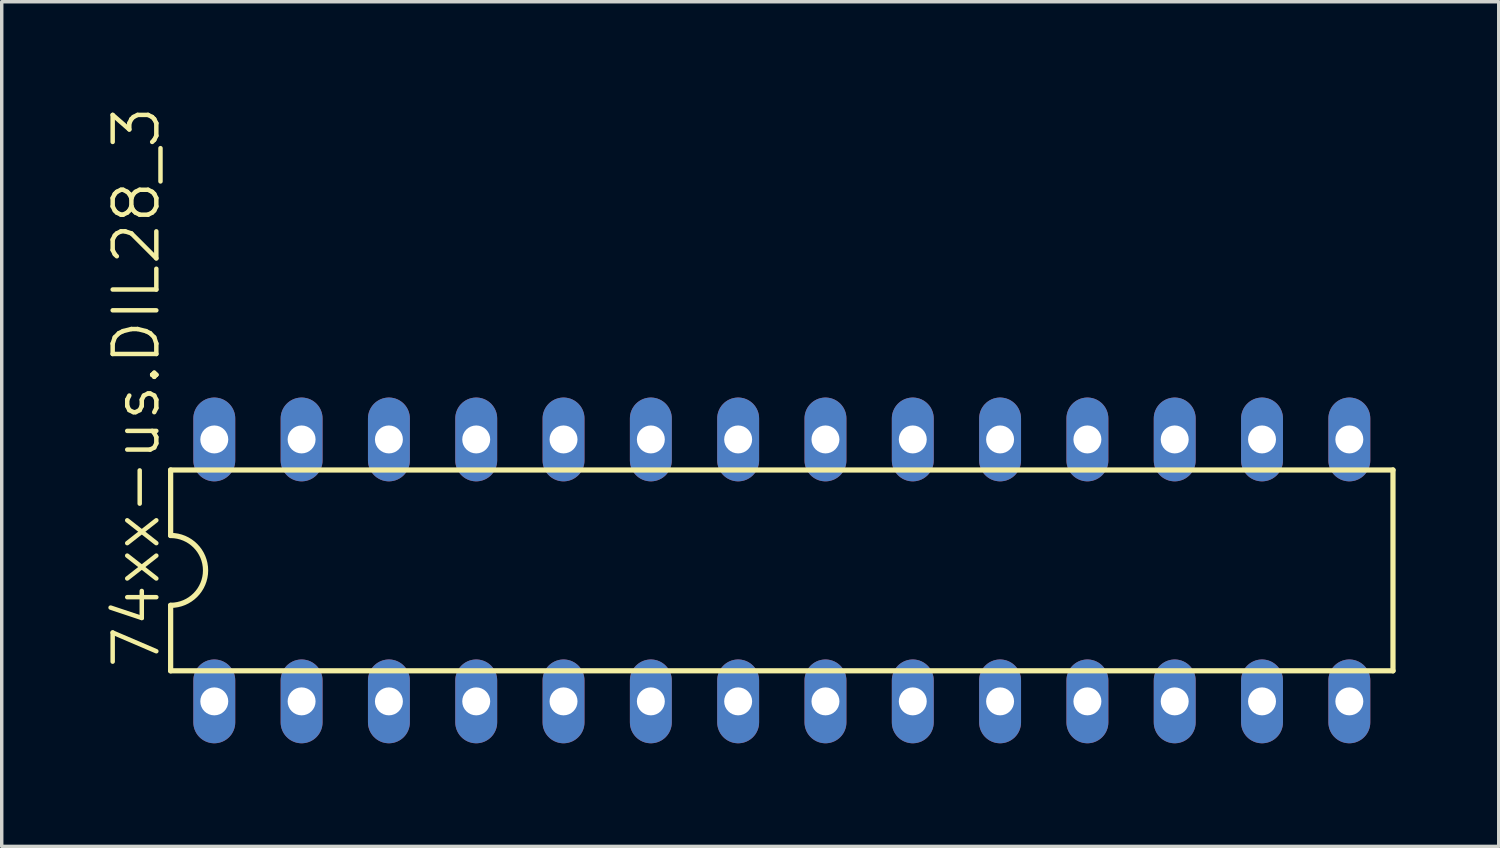
<source format=kicad_pcb>
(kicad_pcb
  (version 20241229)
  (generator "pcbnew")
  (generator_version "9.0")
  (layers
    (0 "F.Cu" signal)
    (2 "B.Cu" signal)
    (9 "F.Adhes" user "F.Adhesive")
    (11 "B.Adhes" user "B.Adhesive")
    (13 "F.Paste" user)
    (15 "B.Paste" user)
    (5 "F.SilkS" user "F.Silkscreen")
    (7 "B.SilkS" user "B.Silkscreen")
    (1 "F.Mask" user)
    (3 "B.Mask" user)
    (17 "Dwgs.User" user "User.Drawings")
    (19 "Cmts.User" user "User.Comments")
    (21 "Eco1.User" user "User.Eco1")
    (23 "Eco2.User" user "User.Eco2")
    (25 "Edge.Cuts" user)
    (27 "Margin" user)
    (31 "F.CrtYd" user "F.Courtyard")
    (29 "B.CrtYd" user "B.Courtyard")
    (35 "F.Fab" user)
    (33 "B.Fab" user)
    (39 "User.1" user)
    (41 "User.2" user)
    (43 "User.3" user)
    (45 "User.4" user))
  (footprint "74xx-us.DIL28_3"
    (layer "F.Cu")
    (at 19.694 13.544)
    (property "Reference" "74xx-us.DIL28_3" (at -18.034 2.921 90) (layer "F.SilkS") (effects (font (size 1.27 1.27) (thickness 0.13)) (justify left bottom)))
    (attr through_hole)
    (fp_line (start -17.78 -2.921) (end -17.78 -1.016) (stroke (width 0.152) (type default)) (layer "F.SilkS"))
    (fp_line (start -17.78 2.921) (end -17.78 1.016) (stroke (width 0.152) (type default)) (layer "F.SilkS"))
    (fp_line (start -17.78 2.921) (end 17.78 2.921) (stroke (width 0.152) (type default)) (layer "F.SilkS"))
    (fp_line (start 17.78 -2.921) (end -17.78 -2.921) (stroke (width 0.152) (type default)) (layer "F.SilkS"))
    (fp_line (start 17.78 -2.921) (end 17.78 2.921) (stroke (width 0.152) (type default)) (layer "F.SilkS"))
    (fp_arc (start -17.78 -1.016) (mid -16.764 0) (end -17.78 1.016) (stroke (width 0.1524) (type default)) (layer "F.SilkS"))
    (pad "1" thru_hole oval (at -16.51 3.81 90) (size 2.438 1.219) (drill 0.813) (layers "*.Cu" "*.Mask"))
    (pad "2" thru_hole oval (at -13.97 3.81 90) (size 2.438 1.219) (drill 0.813) (layers "*.Cu" "*.Mask"))
    (pad "3" thru_hole oval (at -11.43 3.81 90) (size 2.438 1.219) (drill 0.813) (layers "*.Cu" "*.Mask"))
    (pad "4" thru_hole oval (at -8.89 3.81 90) (size 2.438 1.219) (drill 0.813) (layers "*.Cu" "*.Mask"))
    (pad "5" thru_hole oval (at -6.35 3.81 90) (size 2.438 1.219) (drill 0.813) (layers "*.Cu" "*.Mask"))
    (pad "6" thru_hole oval (at -3.81 3.81 90) (size 2.438 1.219) (drill 0.813) (layers "*.Cu" "*.Mask"))
    (pad "7" thru_hole oval (at -1.27 3.81 90) (size 2.438 1.219) (drill 0.813) (layers "*.Cu" "*.Mask"))
    (pad "8" thru_hole oval (at 1.27 3.81 90) (size 2.438 1.219) (drill 0.813) (layers "*.Cu" "*.Mask"))
    (pad "9" thru_hole oval (at 3.81 3.81 90) (size 2.438 1.219) (drill 0.813) (layers "*.Cu" "*.Mask"))
    (pad "10" thru_hole oval (at 6.35 3.81 90) (size 2.438 1.219) (drill 0.813) (layers "*.Cu" "*.Mask"))
    (pad "11" thru_hole oval (at 8.89 3.81 90) (size 2.438 1.219) (drill 0.813) (layers "*.Cu" "*.Mask"))
    (pad "12" thru_hole oval (at 11.43 3.81 90) (size 2.438 1.219) (drill 0.813) (layers "*.Cu" "*.Mask"))
    (pad "13" thru_hole oval (at 13.97 3.81 90) (size 2.438 1.219) (drill 0.813) (layers "*.Cu" "*.Mask"))
    (pad "14" thru_hole oval (at 16.51 3.81 90) (size 2.438 1.219) (drill 0.813) (layers "*.Cu" "*.Mask"))
    (pad "15" thru_hole oval (at 16.51 -3.81 90) (size 2.438 1.219) (drill 0.813) (layers "*.Cu" "*.Mask"))
    (pad "16" thru_hole oval (at 13.97 -3.81 90) (size 2.438 1.219) (drill 0.813) (layers "*.Cu" "*.Mask"))
    (pad "17" thru_hole oval (at 11.43 -3.81 90) (size 2.438 1.219) (drill 0.813) (layers "*.Cu" "*.Mask"))
    (pad "18" thru_hole oval (at 8.89 -3.81 90) (size 2.438 1.219) (drill 0.813) (layers "*.Cu" "*.Mask"))
    (pad "19" thru_hole oval (at 6.35 -3.81 90) (size 2.438 1.219) (drill 0.813) (layers "*.Cu" "*.Mask"))
    (pad "20" thru_hole oval (at 3.81 -3.81 90) (size 2.438 1.219) (drill 0.813) (layers "*.Cu" "*.Mask"))
    (pad "21" thru_hole oval (at 1.27 -3.81 90) (size 2.438 1.219) (drill 0.813) (layers "*.Cu" "*.Mask"))
    (pad "22" thru_hole oval (at -1.27 -3.81 90) (size 2.438 1.219) (drill 0.813) (layers "*.Cu" "*.Mask"))
    (pad "23" thru_hole oval (at -3.81 -3.81 90) (size 2.438 1.219) (drill 0.813) (layers "*.Cu" "*.Mask"))
    (pad "24" thru_hole oval (at -6.35 -3.81 90) (size 2.438 1.219) (drill 0.813) (layers "*.Cu" "*.Mask"))
    (pad "25" thru_hole oval (at -8.89 -3.81 90) (size 2.438 1.219) (drill 0.813) (layers "*.Cu" "*.Mask"))
    (pad "26" thru_hole oval (at -11.43 -3.81 90) (size 2.438 1.219) (drill 0.813) (layers "*.Cu" "*.Mask"))
    (pad "27" thru_hole oval (at -13.97 -3.81 90) (size 2.438 1.219) (drill 0.813) (layers "*.Cu" "*.Mask"))
    (pad "28" thru_hole oval (at -16.51 -3.81 90) (size 2.438 1.219) (drill 0.813) (layers "*.Cu" "*.Mask")))
  (gr_rect
    (start -3 -3)
    (end 40.55 21.573)
    (stroke (width 0.1) (type default))
    (fill no)
    (layer "Edge.Cuts")))
</source>
